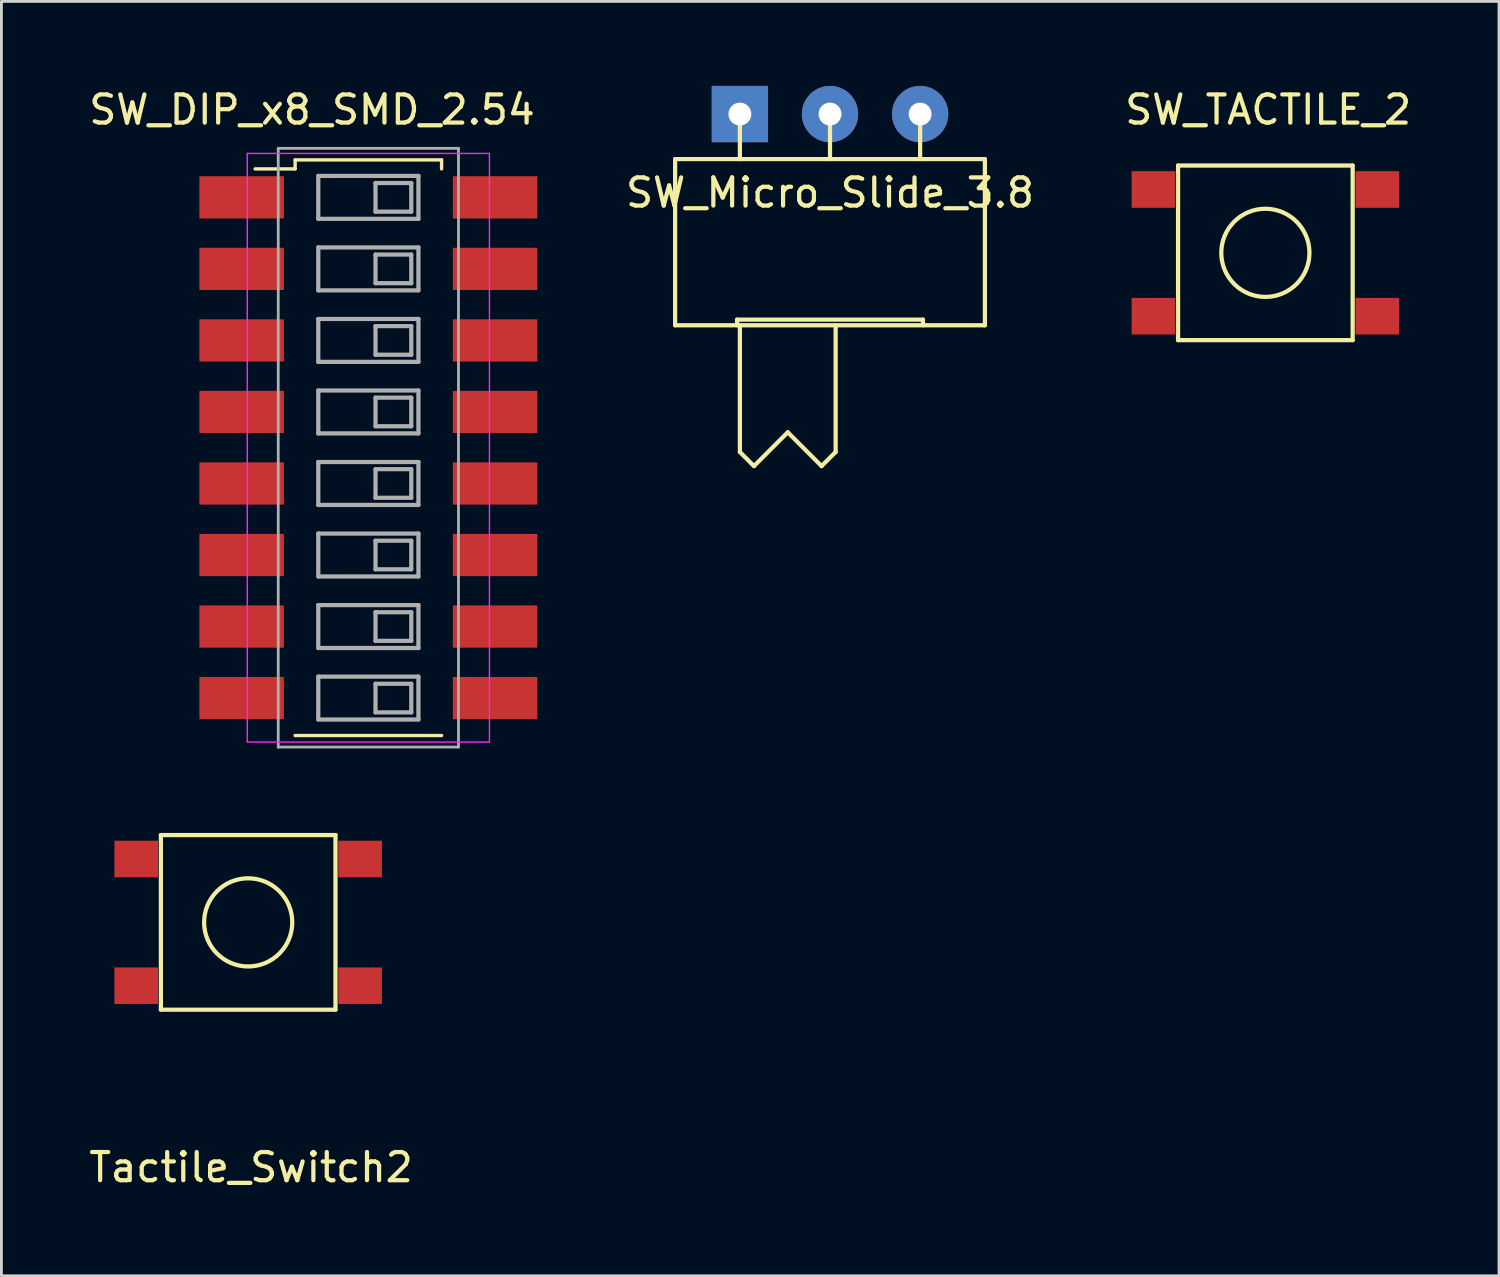
<source format=kicad_pcb>
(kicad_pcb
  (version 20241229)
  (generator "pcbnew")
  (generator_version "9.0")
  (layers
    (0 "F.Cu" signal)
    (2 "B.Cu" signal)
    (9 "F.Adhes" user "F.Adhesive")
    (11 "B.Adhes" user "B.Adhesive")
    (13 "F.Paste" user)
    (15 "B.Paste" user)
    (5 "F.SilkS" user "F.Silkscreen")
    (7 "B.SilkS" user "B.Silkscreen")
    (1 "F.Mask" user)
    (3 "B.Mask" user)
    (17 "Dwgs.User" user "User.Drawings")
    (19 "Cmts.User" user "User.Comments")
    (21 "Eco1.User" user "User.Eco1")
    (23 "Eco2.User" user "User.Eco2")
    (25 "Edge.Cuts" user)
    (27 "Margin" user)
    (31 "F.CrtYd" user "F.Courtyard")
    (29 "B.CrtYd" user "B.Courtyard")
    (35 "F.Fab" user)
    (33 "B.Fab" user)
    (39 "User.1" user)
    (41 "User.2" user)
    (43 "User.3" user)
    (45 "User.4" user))
  (footprint "Tactile_Switch2"
    (layer "F.Cu")
    (at 5.763 29.703)
    (property "Reference" "Tactile_Switch2" (at 0.1 8.7 0) (layer "F.SilkS") (effects (font (size 1 1) (thickness 0.15))))
    (attr through_hole)
    (fp_line (start -3.1 -3.1) (end -3.1 3.1) (stroke (width 0.15) (type solid)) (layer "F.SilkS"))
    (fp_line (start -3.1 3.1) (end 3.1 3.1) (stroke (width 0.15) (type solid)) (layer "F.SilkS"))
    (fp_line (start 3.1 -3.1) (end -3.1 -3.1) (stroke (width 0.15) (type solid)) (layer "F.SilkS"))
    (fp_line (start 3.1 3.1) (end 3.1 -3.1) (stroke (width 0.15) (type solid)) (layer "F.SilkS"))
    (fp_circle (center 0 0) (end 1.4 0.7) (stroke (width 0.15) (type solid)) (fill no) (layer "F.SilkS"))
    (pad "1" smd rect (at -3.975 -2.25) (size 1.55 1.3) (layers "F.Cu" "F.Mask"))
    (pad "1" smd rect (at 3.975 -2.25) (size 1.55 1.3) (layers "F.Cu" "F.Mask"))
    (pad "2" smd rect (at -3.975 2.25) (size 1.55 1.3) (layers "F.Cu" "F.Mask" "F.Paste"))
    (pad "2" smd rect (at 3.975 2.25) (size 1.55 1.3) (layers "F.Cu" "F.Mask")))
  (footprint "SW_DIP_x8_SMD_2.54"
    (layer "F.Cu")
    (at 10.03 12.848)
    (property "Reference" "SW_DIP_x8_SMD_2.54" (at -2 -12 0) (layer "F.SilkS") (effects (font (size 1 1) (thickness 0.15))))
    (attr smd)
    (fp_line (start -2.6 -10.22) (end 2.6 -10.22) (stroke (width 0.12) (type solid)) (layer "F.SilkS"))
    (fp_line (start -2.6 -9.9) (end -4.02 -9.9) (stroke (width 0.12) (type solid)) (layer "F.SilkS"))
    (fp_line (start -2.6 -9.9) (end -2.6 -10.22) (stroke (width 0.12) (type solid)) (layer "F.SilkS"))
    (fp_line (start -2.6 10.22) (end 2.6 10.22) (stroke (width 0.12) (type solid)) (layer "F.SilkS"))
    (fp_line (start 2.6 -10.22) (end 2.6 -9.9) (stroke (width 0.12) (type solid)) (layer "F.SilkS"))
    (fp_line (start -4.3 -10.45) (end -4.3 10.45) (stroke (width 0.05) (type solid)) (layer "F.CrtYd"))
    (fp_line (start -4.3 10.45) (end 4.3 10.45) (stroke (width 0.05) (type solid)) (layer "F.CrtYd"))
    (fp_line (start 4.3 -10.45) (end -4.3 -10.45) (stroke (width 0.05) (type solid)) (layer "F.CrtYd"))
    (fp_line (start 4.3 10.45) (end 4.3 -10.45) (stroke (width 0.05) (type solid)) (layer "F.CrtYd"))
    (fp_line (start -3.2 -10.63) (end -3.2 10.63) (stroke (width 0.1) (type solid)) (layer "F.Fab"))
    (fp_line (start -3.2 10.63) (end 3.2 10.63) (stroke (width 0.1) (type solid)) (layer "F.Fab"))
    (fp_line (start -1.778 -9.652) (end -1.778 -8.128) (stroke (width 0.15) (type solid)) (layer "F.Fab"))
    (fp_line (start -1.778 -8.128) (end 1.778 -8.128) (stroke (width 0.15) (type solid)) (layer "F.Fab"))
    (fp_line (start -1.778 -7.112) (end -1.778 -5.588) (stroke (width 0.15) (type solid)) (layer "F.Fab"))
    (fp_line (start -1.778 -5.588) (end 1.778 -5.588) (stroke (width 0.15) (type solid)) (layer "F.Fab"))
    (fp_line (start -1.778 -4.572) (end -1.778 -3.048) (stroke (width 0.15) (type solid)) (layer "F.Fab"))
    (fp_line (start -1.778 -3.048) (end 1.778 -3.048) (stroke (width 0.15) (type solid)) (layer "F.Fab"))
    (fp_line (start -1.778 -2.032) (end -1.778 -0.508) (stroke (width 0.15) (type solid)) (layer "F.Fab"))
    (fp_line (start -1.778 -0.508) (end 1.778 -0.508) (stroke (width 0.15) (type solid)) (layer "F.Fab"))
    (fp_line (start -1.778 0.508) (end -1.778 2.032) (stroke (width 0.15) (type solid)) (layer "F.Fab"))
    (fp_line (start -1.778 2.032) (end 1.778 2.032) (stroke (width 0.15) (type solid)) (layer "F.Fab"))
    (fp_line (start -1.778 3.048) (end -1.778 4.572) (stroke (width 0.15) (type solid)) (layer "F.Fab"))
    (fp_line (start -1.778 4.572) (end 1.778 4.572) (stroke (width 0.15) (type solid)) (layer "F.Fab"))
    (fp_line (start -1.778 5.588) (end -1.778 7.112) (stroke (width 0.15) (type solid)) (layer "F.Fab"))
    (fp_line (start -1.778 7.112) (end 1.778 7.112) (stroke (width 0.15) (type solid)) (layer "F.Fab"))
    (fp_line (start -1.778 8.128) (end -1.778 9.652) (stroke (width 0.15) (type solid)) (layer "F.Fab"))
    (fp_line (start -1.778 9.652) (end 1.778 9.652) (stroke (width 0.15) (type solid)) (layer "F.Fab"))
    (fp_line (start 0.254 -9.398) (end 0.254 -8.382) (stroke (width 0.15) (type solid)) (layer "F.Fab"))
    (fp_line (start 0.254 -8.382) (end 1.524 -8.382) (stroke (width 0.15) (type solid)) (layer "F.Fab"))
    (fp_line (start 0.254 -6.858) (end 0.254 -5.842) (stroke (width 0.15) (type solid)) (layer "F.Fab"))
    (fp_line (start 0.254 -5.842) (end 1.524 -5.842) (stroke (width 0.15) (type solid)) (layer "F.Fab"))
    (fp_line (start 0.254 -4.318) (end 0.254 -3.302) (stroke (width 0.15) (type solid)) (layer "F.Fab"))
    (fp_line (start 0.254 -3.302) (end 1.524 -3.302) (stroke (width 0.15) (type solid)) (layer "F.Fab"))
    (fp_line (start 0.254 -1.778) (end 0.254 -0.762) (stroke (width 0.15) (type solid)) (layer "F.Fab"))
    (fp_line (start 0.254 -0.762) (end 1.524 -0.762) (stroke (width 0.15) (type solid)) (layer "F.Fab"))
    (fp_line (start 0.254 0.762) (end 0.254 1.778) (stroke (width 0.15) (type solid)) (layer "F.Fab"))
    (fp_line (start 0.254 1.778) (end 1.524 1.778) (stroke (width 0.15) (type solid)) (layer "F.Fab"))
    (fp_line (start 0.254 3.302) (end 0.254 4.318) (stroke (width 0.15) (type solid)) (layer "F.Fab"))
    (fp_line (start 0.254 4.318) (end 1.524 4.318) (stroke (width 0.15) (type solid)) (layer "F.Fab"))
    (fp_line (start 0.254 5.842) (end 0.254 6.858) (stroke (width 0.15) (type solid)) (layer "F.Fab"))
    (fp_line (start 0.254 6.858) (end 1.524 6.858) (stroke (width 0.15) (type solid)) (layer "F.Fab"))
    (fp_line (start 0.254 8.382) (end 0.254 9.398) (stroke (width 0.15) (type solid)) (layer "F.Fab"))
    (fp_line (start 0.254 9.398) (end 1.524 9.398) (stroke (width 0.15) (type solid)) (layer "F.Fab"))
    (fp_line (start 1.524 -9.398) (end 0.254 -9.398) (stroke (width 0.15) (type solid)) (layer "F.Fab"))
    (fp_line (start 1.524 -8.382) (end 1.524 -9.398) (stroke (width 0.15) (type solid)) (layer "F.Fab"))
    (fp_line (start 1.524 -6.858) (end 0.254 -6.858) (stroke (width 0.15) (type solid)) (layer "F.Fab"))
    (fp_line (start 1.524 -5.842) (end 1.524 -6.858) (stroke (width 0.15) (type solid)) (layer "F.Fab"))
    (fp_line (start 1.524 -4.318) (end 0.254 -4.318) (stroke (width 0.15) (type solid)) (layer "F.Fab"))
    (fp_line (start 1.524 -3.302) (end 1.524 -4.318) (stroke (width 0.15) (type solid)) (layer "F.Fab"))
    (fp_line (start 1.524 -1.778) (end 0.254 -1.778) (stroke (width 0.15) (type solid)) (layer "F.Fab"))
    (fp_line (start 1.524 -0.762) (end 1.524 -1.778) (stroke (width 0.15) (type solid)) (layer "F.Fab"))
    (fp_line (start 1.524 0.762) (end 0.254 0.762) (stroke (width 0.15) (type solid)) (layer "F.Fab"))
    (fp_line (start 1.524 1.778) (end 1.524 0.762) (stroke (width 0.15) (type solid)) (layer "F.Fab"))
    (fp_line (start 1.524 3.302) (end 0.254 3.302) (stroke (width 0.15) (type solid)) (layer "F.Fab"))
    (fp_line (start 1.524 4.318) (end 1.524 3.302) (stroke (width 0.15) (type solid)) (layer "F.Fab"))
    (fp_line (start 1.524 5.842) (end 0.254 5.842) (stroke (width 0.15) (type solid)) (layer "F.Fab"))
    (fp_line (start 1.524 6.858) (end 1.524 5.842) (stroke (width 0.15) (type solid)) (layer "F.Fab"))
    (fp_line (start 1.524 8.382) (end 0.254 8.382) (stroke (width 0.15) (type solid)) (layer "F.Fab"))
    (fp_line (start 1.524 9.398) (end 1.524 8.382) (stroke (width 0.15) (type solid)) (layer "F.Fab"))
    (fp_line (start 1.778 -9.652) (end -1.778 -9.652) (stroke (width 0.15) (type solid)) (layer "F.Fab"))
    (fp_line (start 1.778 -8.128) (end 1.778 -9.652) (stroke (width 0.15) (type solid)) (layer "F.Fab"))
    (fp_line (start 1.778 -7.112) (end -1.778 -7.112) (stroke (width 0.15) (type solid)) (layer "F.Fab"))
    (fp_line (start 1.778 -5.588) (end 1.778 -7.112) (stroke (width 0.15) (type solid)) (layer "F.Fab"))
    (fp_line (start 1.778 -4.572) (end -1.778 -4.572) (stroke (width 0.15) (type solid)) (layer "F.Fab"))
    (fp_line (start 1.778 -3.048) (end 1.778 -4.572) (stroke (width 0.15) (type solid)) (layer "F.Fab"))
    (fp_line (start 1.778 -2.032) (end -1.778 -2.032) (stroke (width 0.15) (type solid)) (layer "F.Fab"))
    (fp_line (start 1.778 -0.508) (end 1.778 -2.032) (stroke (width 0.15) (type solid)) (layer "F.Fab"))
    (fp_line (start 1.778 0.508) (end -1.778 0.508) (stroke (width 0.15) (type solid)) (layer "F.Fab"))
    (fp_line (start 1.778 2.032) (end 1.778 0.508) (stroke (width 0.15) (type solid)) (layer "F.Fab"))
    (fp_line (start 1.778 3.048) (end -1.778 3.048) (stroke (width 0.15) (type solid)) (layer "F.Fab"))
    (fp_line (start 1.778 4.572) (end 1.778 3.048) (stroke (width 0.15) (type solid)) (layer "F.Fab"))
    (fp_line (start 1.778 5.588) (end -1.778 5.588) (stroke (width 0.15) (type solid)) (layer "F.Fab"))
    (fp_line (start 1.778 7.112) (end 1.778 5.588) (stroke (width 0.15) (type solid)) (layer "F.Fab"))
    (fp_line (start 1.778 8.128) (end -1.778 8.128) (stroke (width 0.15) (type solid)) (layer "F.Fab"))
    (fp_line (start 1.778 9.652) (end 1.778 8.128) (stroke (width 0.15) (type solid)) (layer "F.Fab"))
    (fp_line (start 3.2 -10.63) (end -3.2 -10.63) (stroke (width 0.1) (type solid)) (layer "F.Fab"))
    (fp_line (start 3.2 10.63) (end 3.2 -10.63) (stroke (width 0.1) (type solid)) (layer "F.Fab"))
    (pad "1" smd rect (at -4.5 -8.89) (size 3 1.5) (layers "F.Cu" "F.Mask" "F.Paste"))
    (pad "2" smd rect (at -4.5 -6.35) (size 3 1.5) (layers "F.Cu" "F.Mask" "F.Paste"))
    (pad "3" smd rect (at -4.5 -3.81) (size 3 1.5) (layers "F.Cu" "F.Mask" "F.Paste"))
    (pad "4" smd rect (at -4.5 -1.27) (size 3 1.5) (layers "F.Cu" "F.Mask" "F.Paste"))
    (pad "5" smd rect (at -4.5 1.27) (size 3 1.5) (layers "F.Cu" "F.Mask" "F.Paste"))
    (pad "6" smd rect (at -4.5 3.81) (size 3 1.5) (layers "F.Cu" "F.Mask" "F.Paste"))
    (pad "7" smd rect (at -4.5 6.35) (size 3 1.5) (layers "F.Cu" "F.Mask" "F.Paste"))
    (pad "8" smd rect (at -4.5 8.89) (size 3 1.5) (layers "F.Cu" "F.Mask" "F.Paste"))
    (pad "9" smd rect (at 4.5 8.89) (size 3 1.5) (layers "F.Cu" "F.Mask" "F.Paste"))
    (pad "10" smd rect (at 4.5 6.35) (size 3 1.5) (layers "F.Cu" "F.Mask" "F.Paste"))
    (pad "11" smd rect (at 4.5 3.81) (size 3 1.5) (layers "F.Cu" "F.Mask" "F.Paste"))
    (pad "12" smd rect (at 4.5 1.27) (size 3 1.5) (layers "F.Cu" "F.Mask" "F.Paste"))
    (pad "13" smd rect (at 4.5 -1.27) (size 3 1.5) (layers "F.Cu" "F.Mask" "F.Paste"))
    (pad "14" smd rect (at 4.5 -3.81) (size 3 1.5) (layers "F.Cu" "F.Mask" "F.Paste"))
    (pad "15" smd rect (at 4.5 -6.35) (size 3 1.5) (layers "F.Cu" "F.Mask" "F.Paste"))
    (pad "16" smd rect (at 4.5 -8.89) (size 3 1.5) (layers "F.Cu" "F.Mask" "F.Paste")))
  (footprint "SW_Micro_Slide_3.8"
    (layer "F.Cu")
    (at 26.423 1)
    (property "Reference" "SW_Micro_Slide_3.8" (at 0 2.794 0) (layer "F.SilkS") (effects (font (size 1 1) (thickness 0.15))))
    (attr through_hole)
    (fp_line (start -5.5 1.6) (end -5.5 7.5) (stroke (width 0.15) (type solid)) (layer "F.SilkS"))
    (fp_line (start -5.5 1.6) (end 5.5 1.6) (stroke (width 0.15) (type solid)) (layer "F.SilkS"))
    (fp_line (start -3.3 7.3) (end -3.3 7.5) (stroke (width 0.15) (type solid)) (layer "F.SilkS"))
    (fp_line (start -3.3 7.3) (end 3.3 7.3) (stroke (width 0.15) (type solid)) (layer "F.SilkS"))
    (fp_line (start -3.2 0) (end -3.2 1.6) (stroke (width 0.15) (type solid)) (layer "F.SilkS"))
    (fp_line (start -3.2 7.5) (end -3.2 12) (stroke (width 0.15) (type solid)) (layer "F.SilkS"))
    (fp_line (start -3.2 12) (end -2.7 12.5) (stroke (width 0.15) (type solid)) (layer "F.SilkS"))
    (fp_line (start -2.7 12.5) (end -1.5 11.3) (stroke (width 0.15) (type solid)) (layer "F.SilkS"))
    (fp_line (start -1.5 11.3) (end -0.3 12.5) (stroke (width 0.15) (type solid)) (layer "F.SilkS"))
    (fp_line (start -0.3 12.5) (end 0.2 12) (stroke (width 0.15) (type solid)) (layer "F.SilkS"))
    (fp_line (start 0 0) (end 0 1.6) (stroke (width 0.15) (type solid)) (layer "F.SilkS"))
    (fp_line (start 0.2 7.5) (end 0.2 12) (stroke (width 0.15) (type solid)) (layer "F.SilkS"))
    (fp_line (start 3.2 0) (end 3.2 1.6) (stroke (width 0.15) (type solid)) (layer "F.SilkS"))
    (fp_line (start 3.3 7.3) (end 3.3 7.5) (stroke (width 0.15) (type solid)) (layer "F.SilkS"))
    (fp_line (start 5.5 1.6) (end 5.5 7.5) (stroke (width 0.15) (type solid)) (layer "F.SilkS"))
    (fp_line (start 5.5 7.5) (end -5.5 7.5) (stroke (width 0.15) (type solid)) (layer "F.SilkS"))
    (pad "1" thru_hole rect (at -3.2 0) (size 2 2) (drill 0.813) (layers "*.Cu" "*.Mask"))
    (pad "2" thru_hole circle (at 0 0) (size 2 2) (drill 0.813) (layers "*.Cu" "*.Mask"))
    (pad "3" thru_hole circle (at 3.2 0) (size 2 2) (drill 0.813) (layers "*.Cu" "*.Mask")))
  (footprint "SW_TACTILE_2"
    (layer "F.Cu")
    (at 41.882 5.928)
    (property "Reference" "SW_TACTILE_2" (at 0.1 -5.08 0) (layer "F.SilkS") (effects (font (size 1 1) (thickness 0.15))))
    (attr through_hole)
    (fp_line (start -3.1 -3.1) (end -3.1 3.1) (stroke (width 0.15) (type solid)) (layer "F.SilkS"))
    (fp_line (start -3.1 3.1) (end 3.1 3.1) (stroke (width 0.15) (type solid)) (layer "F.SilkS"))
    (fp_line (start 3.1 -3.1) (end -3.1 -3.1) (stroke (width 0.15) (type solid)) (layer "F.SilkS"))
    (fp_line (start 3.1 3.1) (end 3.1 -3.1) (stroke (width 0.15) (type solid)) (layer "F.SilkS"))
    (fp_circle (center 0 0) (end 1.4 0.7) (stroke (width 0.15) (type solid)) (fill no) (layer "F.SilkS"))
    (pad "1" smd rect (at -3.975 -2.25) (size 1.55 1.3) (layers "F.Cu" "F.Mask" "F.Paste"))
    (pad "1" smd rect (at 3.975 -2.25) (size 1.55 1.3) (layers "F.Cu" "F.Mask" "F.Paste"))
    (pad "2" smd rect (at -3.975 2.25) (size 1.55 1.3) (layers "F.Cu" "F.Mask" "F.Paste"))
    (pad "2" smd rect (at 3.975 2.25) (size 1.55 1.3) (layers "F.Cu" "F.Mask" "F.Paste")))
  (gr_rect
    (start -3 -3)
    (end 50.179 42.252)
    (stroke (width 0.1) (type default))
    (fill no)
    (layer "Edge.Cuts")))
</source>
